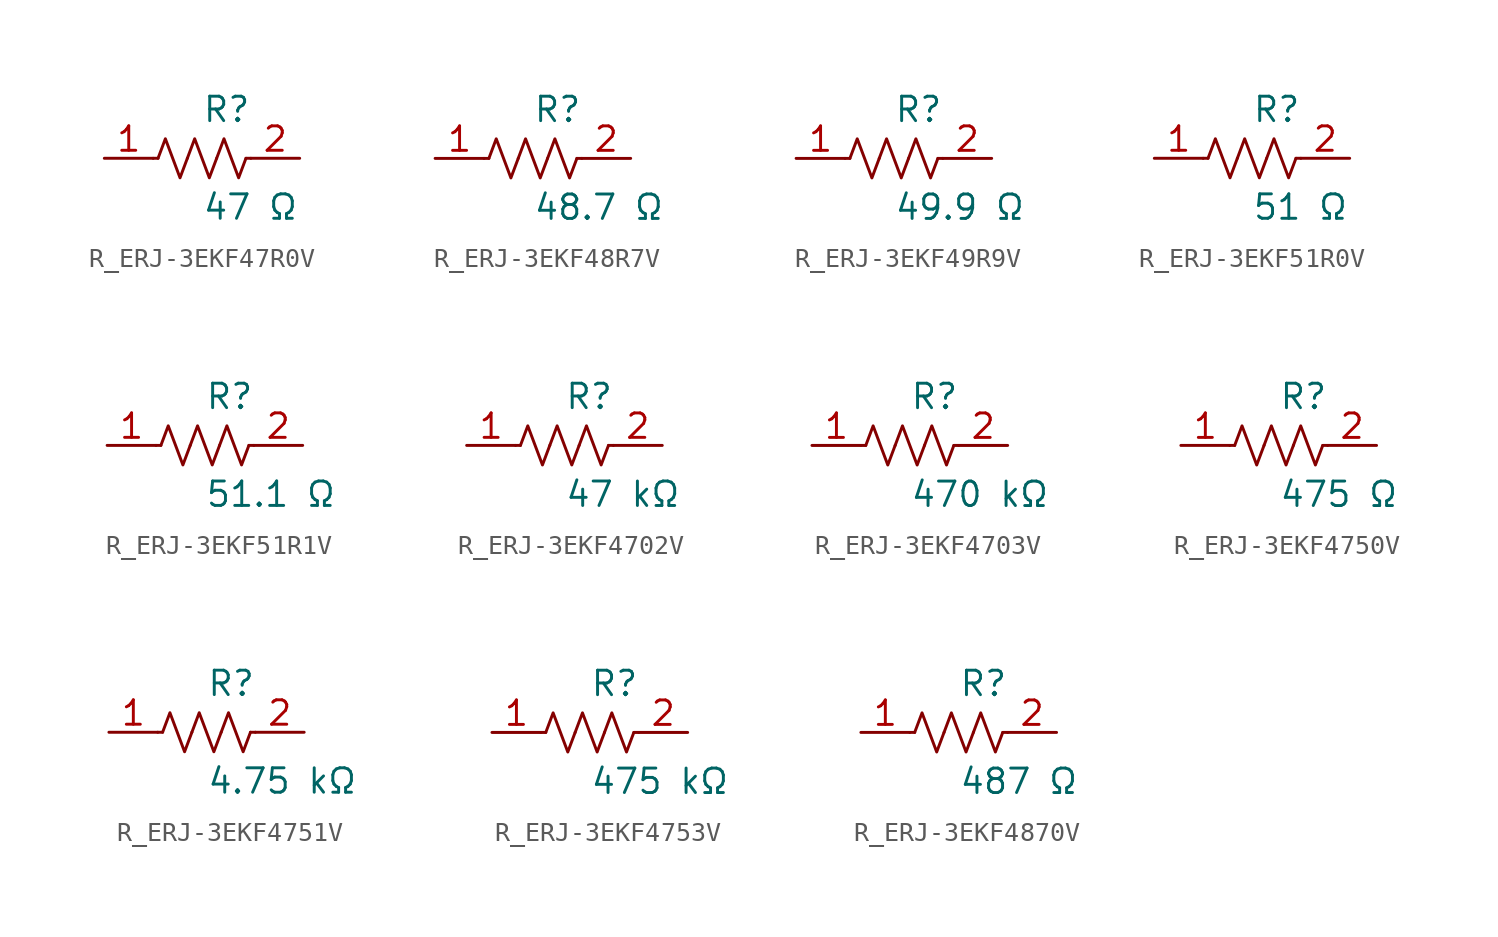
<source format=kicad_sym>
(kicad_symbol_lib
  (version 20231120)
  (generator kicad_symbol_editor)
  (generator_version 8.0)
  (symbol "R_ERJ-3EKF47R0V"
    (pin_names
      (offset 0.254))
    (property "Reference" "R"
      (at 0.0 2.54 0)
      (effects (font (size 1.27 1.27)) (justify left)))
    (property "Value" "47 Ω"
      (at 0.0 -2.54 0)
      (effects (font (size 1.27 1.27)) (justify left)))
    (symbol "R_ERJ-3EKF47R0V_0_1"
      (polyline (pts (xy 2.286 0) (xy 2.54 0)) (stroke (width 0) (type default)) (fill (type none)))
      (polyline (pts (xy -2.286 0) (xy -2.54 0)) (stroke (width 0) (type default)) (fill (type none)))
      (polyline (pts (xy 0.762 0) (xy 1.143 1.016) (xy 1.524 0) (xy 1.905 -1.016) (xy 2.286 0)) (stroke (width 0) (type default)) (fill (type none)))
      (polyline (pts (xy -0.762 0) (xy -0.381 1.016) (xy 0 0) (xy 0.381 -1.016) (xy 0.762 0)) (stroke (width 0) (type default)) (fill (type none)))
      (polyline (pts (xy -2.286 0) (xy -1.905 1.016) (xy -1.524 0) (xy -1.143 -1.016) (xy -0.762 0)) (stroke (width 0) (type default)) (fill (type none))))
    (pin unspecified line
      (at -5.08 0 0)
      (length 2.54)
      (name "" (effects (font (size 1.27 1.27))))
      (number "1" (effects (font (size 1.27 1.27)))))
    (pin unspecified line
      (at 5.08 0 180)
      (length 2.54)
      (name "" (effects (font (size 1.27 1.27))))
      (number "2" (effects (font (size 1.27 1.27))))))
  (symbol "R_ERJ-3EKF48R7V"
    (pin_names
      (offset 0.254))
    (property "Reference" "R"
      (at 0.0 2.54 0)
      (effects (font (size 1.27 1.27)) (justify left)))
    (property "Value" "48.7 Ω"
      (at 0.0 -2.54 0)
      (effects (font (size 1.27 1.27)) (justify left)))
    (symbol "R_ERJ-3EKF48R7V_0_1"
      (polyline (pts (xy 2.286 0) (xy 2.54 0)) (stroke (width 0) (type default)) (fill (type none)))
      (polyline (pts (xy -2.286 0) (xy -2.54 0)) (stroke (width 0) (type default)) (fill (type none)))
      (polyline (pts (xy 0.762 0) (xy 1.143 1.016) (xy 1.524 0) (xy 1.905 -1.016) (xy 2.286 0)) (stroke (width 0) (type default)) (fill (type none)))
      (polyline (pts (xy -0.762 0) (xy -0.381 1.016) (xy 0 0) (xy 0.381 -1.016) (xy 0.762 0)) (stroke (width 0) (type default)) (fill (type none)))
      (polyline (pts (xy -2.286 0) (xy -1.905 1.016) (xy -1.524 0) (xy -1.143 -1.016) (xy -0.762 0)) (stroke (width 0) (type default)) (fill (type none))))
    (pin unspecified line
      (at -5.08 0 0)
      (length 2.54)
      (name "" (effects (font (size 1.27 1.27))))
      (number "1" (effects (font (size 1.27 1.27)))))
    (pin unspecified line
      (at 5.08 0 180)
      (length 2.54)
      (name "" (effects (font (size 1.27 1.27))))
      (number "2" (effects (font (size 1.27 1.27))))))
  (symbol "R_ERJ-3EKF49R9V"
    (pin_names
      (offset 0.254))
    (property "Reference" "R"
      (at 0.0 2.54 0)
      (effects (font (size 1.27 1.27)) (justify left)))
    (property "Value" "49.9 Ω"
      (at 0.0 -2.54 0)
      (effects (font (size 1.27 1.27)) (justify left)))
    (symbol "R_ERJ-3EKF49R9V_0_1"
      (polyline (pts (xy 2.286 0) (xy 2.54 0)) (stroke (width 0) (type default)) (fill (type none)))
      (polyline (pts (xy -2.286 0) (xy -2.54 0)) (stroke (width 0) (type default)) (fill (type none)))
      (polyline (pts (xy 0.762 0) (xy 1.143 1.016) (xy 1.524 0) (xy 1.905 -1.016) (xy 2.286 0)) (stroke (width 0) (type default)) (fill (type none)))
      (polyline (pts (xy -0.762 0) (xy -0.381 1.016) (xy 0 0) (xy 0.381 -1.016) (xy 0.762 0)) (stroke (width 0) (type default)) (fill (type none)))
      (polyline (pts (xy -2.286 0) (xy -1.905 1.016) (xy -1.524 0) (xy -1.143 -1.016) (xy -0.762 0)) (stroke (width 0) (type default)) (fill (type none))))
    (pin unspecified line
      (at -5.08 0 0)
      (length 2.54)
      (name "" (effects (font (size 1.27 1.27))))
      (number "1" (effects (font (size 1.27 1.27)))))
    (pin unspecified line
      (at 5.08 0 180)
      (length 2.54)
      (name "" (effects (font (size 1.27 1.27))))
      (number "2" (effects (font (size 1.27 1.27))))))
  (symbol "R_ERJ-3EKF51R0V"
    (pin_names
      (offset 0.254))
    (property "Reference" "R"
      (at 0.0 2.54 0)
      (effects (font (size 1.27 1.27)) (justify left)))
    (property "Value" "51 Ω"
      (at 0.0 -2.54 0)
      (effects (font (size 1.27 1.27)) (justify left)))
    (symbol "R_ERJ-3EKF51R0V_0_1"
      (polyline (pts (xy 2.286 0) (xy 2.54 0)) (stroke (width 0) (type default)) (fill (type none)))
      (polyline (pts (xy -2.286 0) (xy -2.54 0)) (stroke (width 0) (type default)) (fill (type none)))
      (polyline (pts (xy 0.762 0) (xy 1.143 1.016) (xy 1.524 0) (xy 1.905 -1.016) (xy 2.286 0)) (stroke (width 0) (type default)) (fill (type none)))
      (polyline (pts (xy -0.762 0) (xy -0.381 1.016) (xy 0 0) (xy 0.381 -1.016) (xy 0.762 0)) (stroke (width 0) (type default)) (fill (type none)))
      (polyline (pts (xy -2.286 0) (xy -1.905 1.016) (xy -1.524 0) (xy -1.143 -1.016) (xy -0.762 0)) (stroke (width 0) (type default)) (fill (type none))))
    (pin unspecified line
      (at -5.08 0 0)
      (length 2.54)
      (name "" (effects (font (size 1.27 1.27))))
      (number "1" (effects (font (size 1.27 1.27)))))
    (pin unspecified line
      (at 5.08 0 180)
      (length 2.54)
      (name "" (effects (font (size 1.27 1.27))))
      (number "2" (effects (font (size 1.27 1.27))))))
  (symbol "R_ERJ-3EKF51R1V"
    (pin_names
      (offset 0.254))
    (property "Reference" "R"
      (at 0.0 2.54 0)
      (effects (font (size 1.27 1.27)) (justify left)))
    (property "Value" "51.1 Ω"
      (at 0.0 -2.54 0)
      (effects (font (size 1.27 1.27)) (justify left)))
    (symbol "R_ERJ-3EKF51R1V_0_1"
      (polyline (pts (xy 2.286 0) (xy 2.54 0)) (stroke (width 0) (type default)) (fill (type none)))
      (polyline (pts (xy -2.286 0) (xy -2.54 0)) (stroke (width 0) (type default)) (fill (type none)))
      (polyline (pts (xy 0.762 0) (xy 1.143 1.016) (xy 1.524 0) (xy 1.905 -1.016) (xy 2.286 0)) (stroke (width 0) (type default)) (fill (type none)))
      (polyline (pts (xy -0.762 0) (xy -0.381 1.016) (xy 0 0) (xy 0.381 -1.016) (xy 0.762 0)) (stroke (width 0) (type default)) (fill (type none)))
      (polyline (pts (xy -2.286 0) (xy -1.905 1.016) (xy -1.524 0) (xy -1.143 -1.016) (xy -0.762 0)) (stroke (width 0) (type default)) (fill (type none))))
    (pin unspecified line
      (at -5.08 0 0)
      (length 2.54)
      (name "" (effects (font (size 1.27 1.27))))
      (number "1" (effects (font (size 1.27 1.27)))))
    (pin unspecified line
      (at 5.08 0 180)
      (length 2.54)
      (name "" (effects (font (size 1.27 1.27))))
      (number "2" (effects (font (size 1.27 1.27))))))
  (symbol "R_ERJ-3EKF4702V"
    (pin_names
      (offset 0.254))
    (property "Reference" "R"
      (at 0.0 2.54 0)
      (effects (font (size 1.27 1.27)) (justify left)))
    (property "Value" "47 kΩ"
      (at 0.0 -2.54 0)
      (effects (font (size 1.27 1.27)) (justify left)))
    (symbol "R_ERJ-3EKF4702V_0_1"
      (polyline (pts (xy 2.286 0) (xy 2.54 0)) (stroke (width 0) (type default)) (fill (type none)))
      (polyline (pts (xy -2.286 0) (xy -2.54 0)) (stroke (width 0) (type default)) (fill (type none)))
      (polyline (pts (xy 0.762 0) (xy 1.143 1.016) (xy 1.524 0) (xy 1.905 -1.016) (xy 2.286 0)) (stroke (width 0) (type default)) (fill (type none)))
      (polyline (pts (xy -0.762 0) (xy -0.381 1.016) (xy 0 0) (xy 0.381 -1.016) (xy 0.762 0)) (stroke (width 0) (type default)) (fill (type none)))
      (polyline (pts (xy -2.286 0) (xy -1.905 1.016) (xy -1.524 0) (xy -1.143 -1.016) (xy -0.762 0)) (stroke (width 0) (type default)) (fill (type none))))
    (pin unspecified line
      (at -5.08 0 0)
      (length 2.54)
      (name "" (effects (font (size 1.27 1.27))))
      (number "1" (effects (font (size 1.27 1.27)))))
    (pin unspecified line
      (at 5.08 0 180)
      (length 2.54)
      (name "" (effects (font (size 1.27 1.27))))
      (number "2" (effects (font (size 1.27 1.27))))))
  (symbol "R_ERJ-3EKF4703V"
    (pin_names
      (offset 0.254))
    (property "Reference" "R"
      (at 0.0 2.54 0)
      (effects (font (size 1.27 1.27)) (justify left)))
    (property "Value" "470 kΩ"
      (at 0.0 -2.54 0)
      (effects (font (size 1.27 1.27)) (justify left)))
    (symbol "R_ERJ-3EKF4703V_0_1"
      (polyline (pts (xy 2.286 0) (xy 2.54 0)) (stroke (width 0) (type default)) (fill (type none)))
      (polyline (pts (xy -2.286 0) (xy -2.54 0)) (stroke (width 0) (type default)) (fill (type none)))
      (polyline (pts (xy 0.762 0) (xy 1.143 1.016) (xy 1.524 0) (xy 1.905 -1.016) (xy 2.286 0)) (stroke (width 0) (type default)) (fill (type none)))
      (polyline (pts (xy -0.762 0) (xy -0.381 1.016) (xy 0 0) (xy 0.381 -1.016) (xy 0.762 0)) (stroke (width 0) (type default)) (fill (type none)))
      (polyline (pts (xy -2.286 0) (xy -1.905 1.016) (xy -1.524 0) (xy -1.143 -1.016) (xy -0.762 0)) (stroke (width 0) (type default)) (fill (type none))))
    (pin unspecified line
      (at -5.08 0 0)
      (length 2.54)
      (name "" (effects (font (size 1.27 1.27))))
      (number "1" (effects (font (size 1.27 1.27)))))
    (pin unspecified line
      (at 5.08 0 180)
      (length 2.54)
      (name "" (effects (font (size 1.27 1.27))))
      (number "2" (effects (font (size 1.27 1.27))))))
  (symbol "R_ERJ-3EKF4750V"
    (pin_names
      (offset 0.254))
    (property "Reference" "R"
      (at 0.0 2.54 0)
      (effects (font (size 1.27 1.27)) (justify left)))
    (property "Value" "475 Ω"
      (at 0.0 -2.54 0)
      (effects (font (size 1.27 1.27)) (justify left)))
    (symbol "R_ERJ-3EKF4750V_0_1"
      (polyline (pts (xy 2.286 0) (xy 2.54 0)) (stroke (width 0) (type default)) (fill (type none)))
      (polyline (pts (xy -2.286 0) (xy -2.54 0)) (stroke (width 0) (type default)) (fill (type none)))
      (polyline (pts (xy 0.762 0) (xy 1.143 1.016) (xy 1.524 0) (xy 1.905 -1.016) (xy 2.286 0)) (stroke (width 0) (type default)) (fill (type none)))
      (polyline (pts (xy -0.762 0) (xy -0.381 1.016) (xy 0 0) (xy 0.381 -1.016) (xy 0.762 0)) (stroke (width 0) (type default)) (fill (type none)))
      (polyline (pts (xy -2.286 0) (xy -1.905 1.016) (xy -1.524 0) (xy -1.143 -1.016) (xy -0.762 0)) (stroke (width 0) (type default)) (fill (type none))))
    (pin unspecified line
      (at -5.08 0 0)
      (length 2.54)
      (name "" (effects (font (size 1.27 1.27))))
      (number "1" (effects (font (size 1.27 1.27)))))
    (pin unspecified line
      (at 5.08 0 180)
      (length 2.54)
      (name "" (effects (font (size 1.27 1.27))))
      (number "2" (effects (font (size 1.27 1.27))))))
  (symbol "R_ERJ-3EKF4751V"
    (pin_names
      (offset 0.254))
    (property "Reference" "R"
      (at 0.0 2.54 0)
      (effects (font (size 1.27 1.27)) (justify left)))
    (property "Value" "4.75 kΩ"
      (at 0.0 -2.54 0)
      (effects (font (size 1.27 1.27)) (justify left)))
    (symbol "R_ERJ-3EKF4751V_0_1"
      (polyline (pts (xy 2.286 0) (xy 2.54 0)) (stroke (width 0) (type default)) (fill (type none)))
      (polyline (pts (xy -2.286 0) (xy -2.54 0)) (stroke (width 0) (type default)) (fill (type none)))
      (polyline (pts (xy 0.762 0) (xy 1.143 1.016) (xy 1.524 0) (xy 1.905 -1.016) (xy 2.286 0)) (stroke (width 0) (type default)) (fill (type none)))
      (polyline (pts (xy -0.762 0) (xy -0.381 1.016) (xy 0 0) (xy 0.381 -1.016) (xy 0.762 0)) (stroke (width 0) (type default)) (fill (type none)))
      (polyline (pts (xy -2.286 0) (xy -1.905 1.016) (xy -1.524 0) (xy -1.143 -1.016) (xy -0.762 0)) (stroke (width 0) (type default)) (fill (type none))))
    (pin unspecified line
      (at -5.08 0 0)
      (length 2.54)
      (name "" (effects (font (size 1.27 1.27))))
      (number "1" (effects (font (size 1.27 1.27)))))
    (pin unspecified line
      (at 5.08 0 180)
      (length 2.54)
      (name "" (effects (font (size 1.27 1.27))))
      (number "2" (effects (font (size 1.27 1.27))))))
  (symbol "R_ERJ-3EKF4753V"
    (pin_names
      (offset 0.254))
    (property "Reference" "R"
      (at 0.0 2.54 0)
      (effects (font (size 1.27 1.27)) (justify left)))
    (property "Value" "475 kΩ"
      (at 0.0 -2.54 0)
      (effects (font (size 1.27 1.27)) (justify left)))
    (symbol "R_ERJ-3EKF4753V_0_1"
      (polyline (pts (xy 2.286 0) (xy 2.54 0)) (stroke (width 0) (type default)) (fill (type none)))
      (polyline (pts (xy -2.286 0) (xy -2.54 0)) (stroke (width 0) (type default)) (fill (type none)))
      (polyline (pts (xy 0.762 0) (xy 1.143 1.016) (xy 1.524 0) (xy 1.905 -1.016) (xy 2.286 0)) (stroke (width 0) (type default)) (fill (type none)))
      (polyline (pts (xy -0.762 0) (xy -0.381 1.016) (xy 0 0) (xy 0.381 -1.016) (xy 0.762 0)) (stroke (width 0) (type default)) (fill (type none)))
      (polyline (pts (xy -2.286 0) (xy -1.905 1.016) (xy -1.524 0) (xy -1.143 -1.016) (xy -0.762 0)) (stroke (width 0) (type default)) (fill (type none))))
    (pin unspecified line
      (at -5.08 0 0)
      (length 2.54)
      (name "" (effects (font (size 1.27 1.27))))
      (number "1" (effects (font (size 1.27 1.27)))))
    (pin unspecified line
      (at 5.08 0 180)
      (length 2.54)
      (name "" (effects (font (size 1.27 1.27))))
      (number "2" (effects (font (size 1.27 1.27))))))
  (symbol "R_ERJ-3EKF4870V"
    (pin_names
      (offset 0.254))
    (property "Reference" "R"
      (at 0.0 2.54 0)
      (effects (font (size 1.27 1.27)) (justify left)))
    (property "Value" "487 Ω"
      (at 0.0 -2.54 0)
      (effects (font (size 1.27 1.27)) (justify left)))
    (symbol "R_ERJ-3EKF4870V_0_1"
      (polyline (pts (xy 2.286 0) (xy 2.54 0)) (stroke (width 0) (type default)) (fill (type none)))
      (polyline (pts (xy -2.286 0) (xy -2.54 0)) (stroke (width 0) (type default)) (fill (type none)))
      (polyline (pts (xy 0.762 0) (xy 1.143 1.016) (xy 1.524 0) (xy 1.905 -1.016) (xy 2.286 0)) (stroke (width 0) (type default)) (fill (type none)))
      (polyline (pts (xy -0.762 0) (xy -0.381 1.016) (xy 0 0) (xy 0.381 -1.016) (xy 0.762 0)) (stroke (width 0) (type default)) (fill (type none)))
      (polyline (pts (xy -2.286 0) (xy -1.905 1.016) (xy -1.524 0) (xy -1.143 -1.016) (xy -0.762 0)) (stroke (width 0) (type default)) (fill (type none))))
    (pin unspecified line
      (at -5.08 0 0)
      (length 2.54)
      (name "" (effects (font (size 1.27 1.27))))
      (number "1" (effects (font (size 1.27 1.27)))))
    (pin unspecified line
      (at 5.08 0 180)
      (length 2.54)
      (name "" (effects (font (size 1.27 1.27))))
      (number "2" (effects (font (size 1.27 1.27)))))))
</source>
